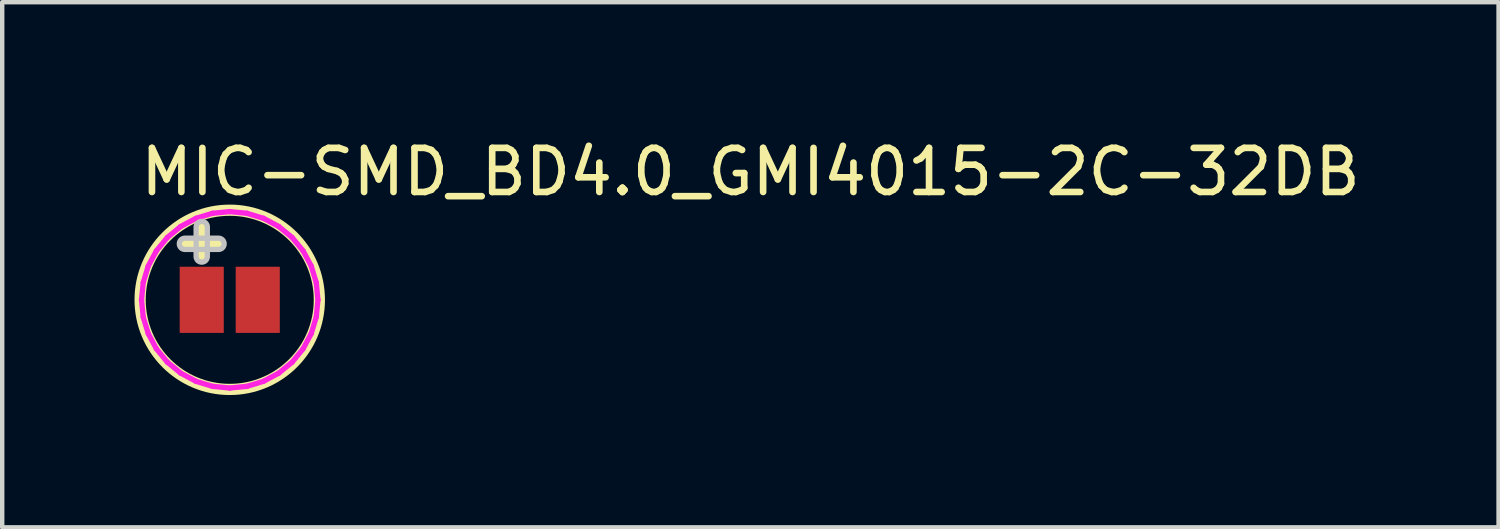
<source format=kicad_pcb>
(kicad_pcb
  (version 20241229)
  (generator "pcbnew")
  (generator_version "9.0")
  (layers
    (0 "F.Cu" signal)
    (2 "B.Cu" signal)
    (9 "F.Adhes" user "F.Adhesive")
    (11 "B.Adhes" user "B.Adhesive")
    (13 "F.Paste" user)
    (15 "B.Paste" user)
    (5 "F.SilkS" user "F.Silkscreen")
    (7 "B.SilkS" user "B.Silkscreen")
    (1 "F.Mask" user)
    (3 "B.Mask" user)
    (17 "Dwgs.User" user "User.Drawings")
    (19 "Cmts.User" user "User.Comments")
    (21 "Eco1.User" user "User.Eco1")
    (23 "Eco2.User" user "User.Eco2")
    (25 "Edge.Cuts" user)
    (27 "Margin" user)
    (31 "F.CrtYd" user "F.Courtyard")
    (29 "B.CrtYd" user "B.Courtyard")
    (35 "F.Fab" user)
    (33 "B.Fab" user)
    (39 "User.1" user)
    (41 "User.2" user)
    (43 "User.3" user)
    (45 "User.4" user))
  (footprint "MIC-SMD_BD4.0_GMI4015-2C-32DB"
    (layer "F.Cu")
    (at 2.159 3.748)
    (property "Reference" "MIC-SMD_BD4.0_GMI4015-2C-32DB" (at -2.1 -2.9 0) (layer "F.SilkS") (effects (font (size 1 1) (thickness 0.15)) (justify left)))
    (attr through_hole)
    (fp_line (start -1.016 -1.27) (end -0.254 -1.27) (stroke (width 0.254) (type solid)) (layer "F.SilkS"))
    (fp_line (start -0.635 -1.651) (end -0.635 -0.981) (stroke (width 0.254) (type solid)) (layer "F.SilkS"))
    (fp_circle (center 0 0) (end 2.032 0) (stroke (width 0.254) (type solid)) (fill no) (layer "F.SilkS"))
    (fp_poly (pts (xy -1.016 -1.397) (xy -0.254 -1.397) (xy -0.229 -1.395) (xy -0.205 -1.387) (xy -0.183 -1.376) (xy -0.164 -1.36) (xy -0.148 -1.341) (xy -0.137 -1.319) (xy -0.129 -1.295) (xy -0.127 -1.27) (xy -0.129 -1.245) (xy -0.137 -1.221) (xy -0.148 -1.199) (xy -0.164 -1.18) (xy -0.183 -1.164) (xy -0.205 -1.153) (xy -0.229 -1.145) (xy -0.254 -1.143) (xy -1.016 -1.143) (xy -1.041 -1.145) (xy -1.065 -1.153) (xy -1.087 -1.164) (xy -1.106 -1.18) (xy -1.122 -1.199) (xy -1.133 -1.221) (xy -1.141 -1.245) (xy -1.143 -1.27) (xy -1.141 -1.295) (xy -1.133 -1.319) (xy -1.122 -1.341) (xy -1.106 -1.36) (xy -1.087 -1.376) (xy -1.065 -1.387) (xy -1.041 -1.395) (xy -1.016 -1.397)) (stroke (width 0.12) (type solid)) (fill no) (layer "Dwgs.User"))
    (fp_poly (pts (xy -0.508 -1.651) (xy -0.508 -0.981) (xy -0.51 -0.956) (xy -0.518 -0.933) (xy -0.529 -0.911) (xy -0.545 -0.891) (xy -0.564 -0.876) (xy -0.586 -0.864) (xy -0.61 -0.857) (xy -0.635 -0.854) (xy -0.66 -0.857) (xy -0.684 -0.864) (xy -0.706 -0.876) (xy -0.725 -0.891) (xy -0.741 -0.911) (xy -0.752 -0.933) (xy -0.76 -0.956) (xy -0.762 -0.981) (xy -0.762 -1.651) (xy -0.76 -1.676) (xy -0.752 -1.7) (xy -0.741 -1.722) (xy -0.725 -1.741) (xy -0.706 -1.757) (xy -0.684 -1.768) (xy -0.66 -1.776) (xy -0.635 -1.778) (xy -0.61 -1.776) (xy -0.586 -1.768) (xy -0.564 -1.757) (xy -0.545 -1.741) (xy -0.529 -1.722) (xy -0.518 -1.7) (xy -0.51 -1.676) (xy -0.508 -1.651)) (stroke (width 0.12) (type solid)) (fill no) (layer "Dwgs.User"))
    (fp_line (start -2 0) (end -2 0) (stroke (width 0.12) (type solid)) (layer "F.CrtYd"))
    (fp_line (start -2 0) (end -1.962 -0.39) (stroke (width 0.12) (type solid)) (layer "F.CrtYd"))
    (fp_line (start -1.962 -0.39) (end -1.848 -0.765) (stroke (width 0.12) (type solid)) (layer "F.CrtYd"))
    (fp_line (start -1.962 0.39) (end -2 0) (stroke (width 0.12) (type solid)) (layer "F.CrtYd"))
    (fp_line (start -1.848 -0.765) (end -1.663 -1.111) (stroke (width 0.12) (type solid)) (layer "F.CrtYd"))
    (fp_line (start -1.848 0.765) (end -1.962 0.39) (stroke (width 0.12) (type solid)) (layer "F.CrtYd"))
    (fp_line (start -1.663 -1.111) (end -1.414 -1.414) (stroke (width 0.12) (type solid)) (layer "F.CrtYd"))
    (fp_line (start -1.663 1.111) (end -1.848 0.765) (stroke (width 0.12) (type solid)) (layer "F.CrtYd"))
    (fp_line (start -1.414 -1.414) (end -1.111 -1.663) (stroke (width 0.12) (type solid)) (layer "F.CrtYd"))
    (fp_line (start -1.414 1.414) (end -1.663 1.111) (stroke (width 0.12) (type solid)) (layer "F.CrtYd"))
    (fp_line (start -1.111 -1.663) (end -0.765 -1.848) (stroke (width 0.12) (type solid)) (layer "F.CrtYd"))
    (fp_line (start -1.111 1.663) (end -1.414 1.414) (stroke (width 0.12) (type solid)) (layer "F.CrtYd"))
    (fp_line (start -0.765 -1.848) (end -0.39 -1.962) (stroke (width 0.12) (type solid)) (layer "F.CrtYd"))
    (fp_line (start -0.765 1.848) (end -1.111 1.663) (stroke (width 0.12) (type solid)) (layer "F.CrtYd"))
    (fp_line (start -0.39 -1.962) (end 0 -2) (stroke (width 0.12) (type solid)) (layer "F.CrtYd"))
    (fp_line (start -0.39 1.962) (end -0.765 1.848) (stroke (width 0.12) (type solid)) (layer "F.CrtYd"))
    (fp_line (start 0 -2) (end 0.39 -1.962) (stroke (width 0.12) (type solid)) (layer "F.CrtYd"))
    (fp_line (start 0 2) (end -0.39 1.962) (stroke (width 0.12) (type solid)) (layer "F.CrtYd"))
    (fp_line (start 0.39 -1.962) (end 0.765 -1.848) (stroke (width 0.12) (type solid)) (layer "F.CrtYd"))
    (fp_line (start 0.39 1.962) (end 0 2) (stroke (width 0.12) (type solid)) (layer "F.CrtYd"))
    (fp_line (start 0.765 -1.848) (end 1.111 -1.663) (stroke (width 0.12) (type solid)) (layer "F.CrtYd"))
    (fp_line (start 0.765 1.848) (end 0.39 1.962) (stroke (width 0.12) (type solid)) (layer "F.CrtYd"))
    (fp_line (start 1.111 -1.663) (end 1.414 -1.414) (stroke (width 0.12) (type solid)) (layer "F.CrtYd"))
    (fp_line (start 1.111 1.663) (end 0.765 1.848) (stroke (width 0.12) (type solid)) (layer "F.CrtYd"))
    (fp_line (start 1.414 -1.414) (end 1.663 -1.111) (stroke (width 0.12) (type solid)) (layer "F.CrtYd"))
    (fp_line (start 1.414 1.414) (end 1.111 1.663) (stroke (width 0.12) (type solid)) (layer "F.CrtYd"))
    (fp_line (start 1.663 -1.111) (end 1.848 -0.765) (stroke (width 0.12) (type solid)) (layer "F.CrtYd"))
    (fp_line (start 1.663 1.111) (end 1.414 1.414) (stroke (width 0.12) (type solid)) (layer "F.CrtYd"))
    (fp_line (start 1.848 -0.765) (end 1.962 -0.39) (stroke (width 0.12) (type solid)) (layer "F.CrtYd"))
    (fp_line (start 1.848 0.765) (end 1.663 1.111) (stroke (width 0.12) (type solid)) (layer "F.CrtYd"))
    (fp_line (start 1.962 -0.39) (end 2 0) (stroke (width 0.12) (type solid)) (layer "F.CrtYd"))
    (fp_line (start 1.962 0.39) (end 1.848 0.765) (stroke (width 0.12) (type solid)) (layer "F.CrtYd"))
    (fp_line (start 2 0) (end 1.962 0.39) (stroke (width 0.12) (type solid)) (layer "F.CrtYd"))
    (pad "1" smd rect (at -0.635 0) (size 1 1.5) (layers "F.Cu" "F.Mask" "F.Paste"))
    (pad "2" smd rect (at 0.635 0) (size 1 1.5) (layers "F.Cu" "F.Mask" "F.Paste")))
  (gr_rect
    (start -3 -3)
    (end 30.928 8.907)
    (stroke (width 0.1) (type default))
    (fill no)
    (layer "Edge.Cuts")))
</source>
